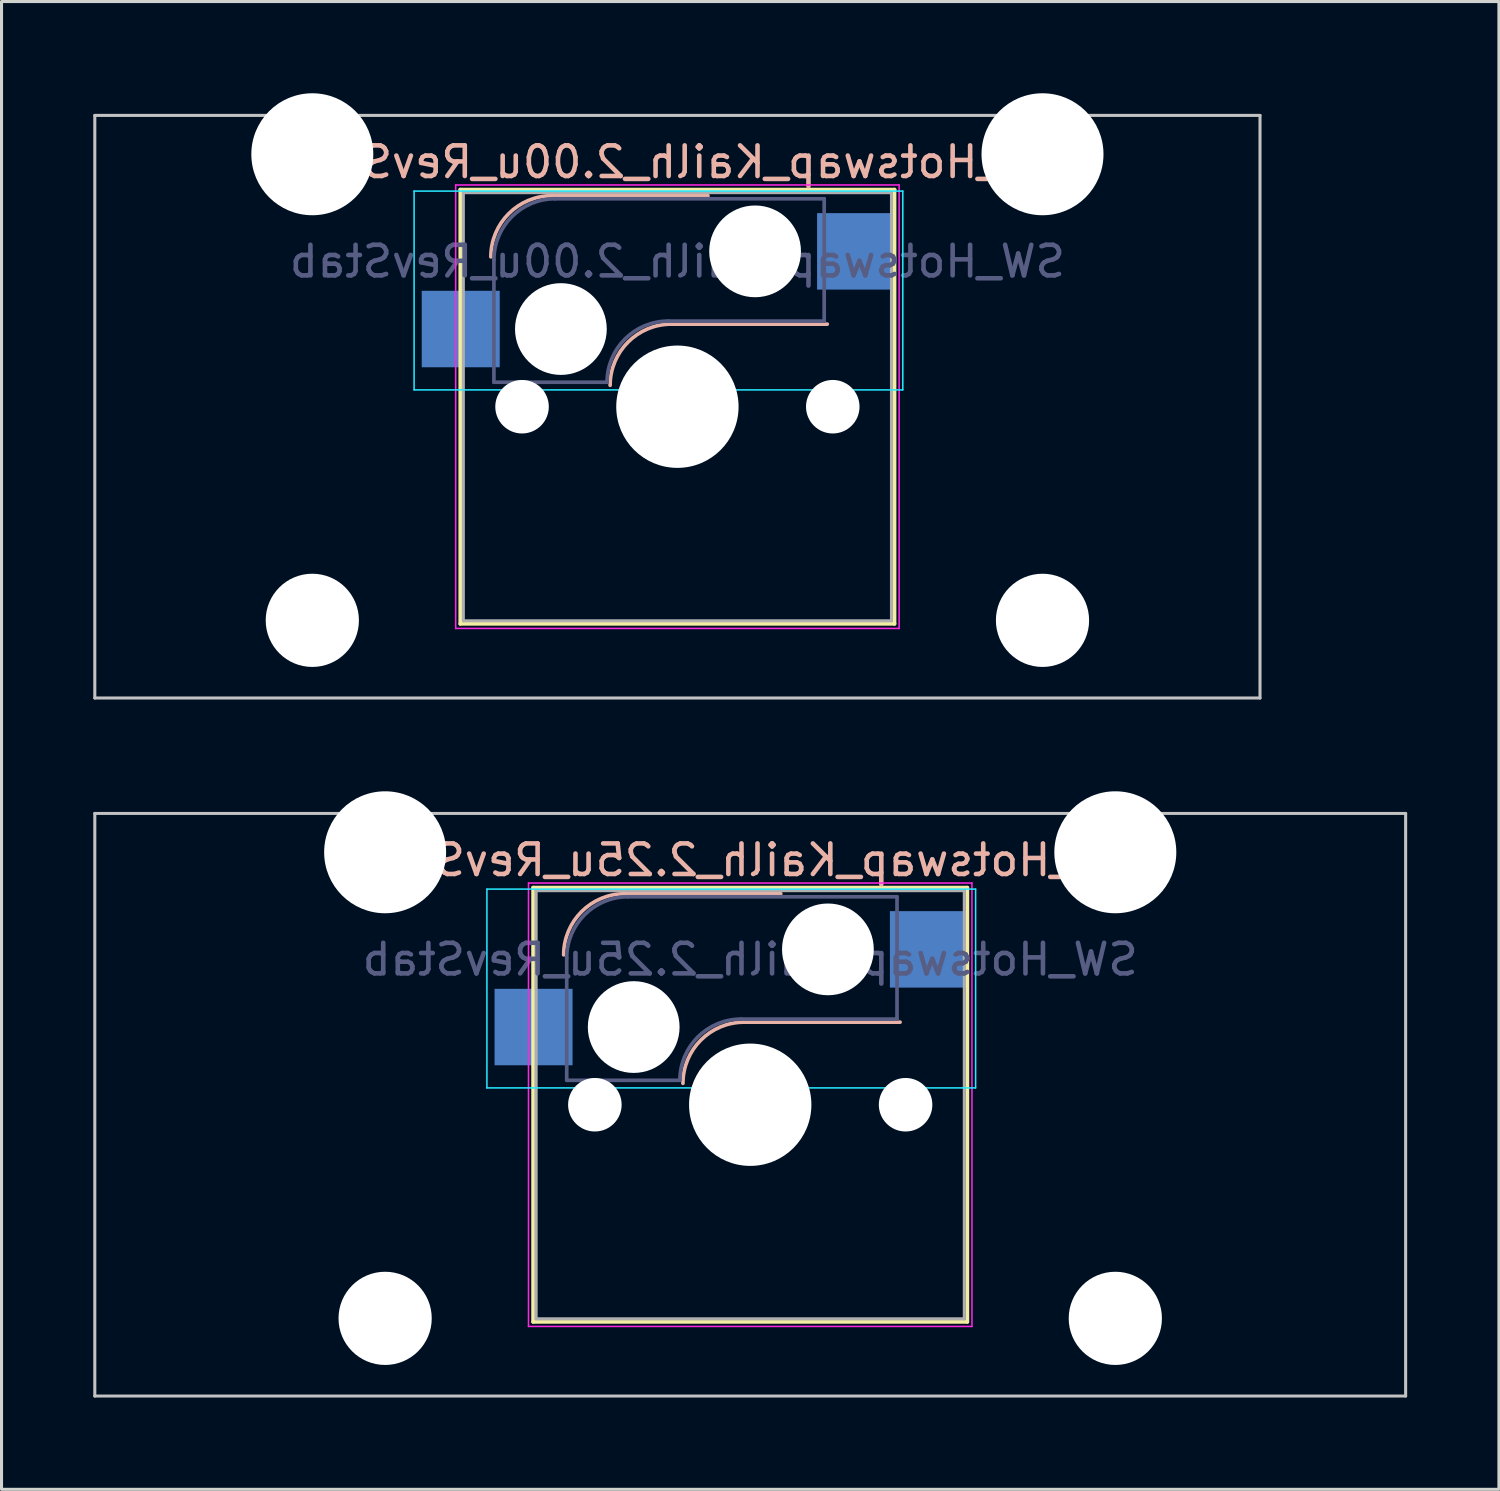
<source format=kicad_pcb>
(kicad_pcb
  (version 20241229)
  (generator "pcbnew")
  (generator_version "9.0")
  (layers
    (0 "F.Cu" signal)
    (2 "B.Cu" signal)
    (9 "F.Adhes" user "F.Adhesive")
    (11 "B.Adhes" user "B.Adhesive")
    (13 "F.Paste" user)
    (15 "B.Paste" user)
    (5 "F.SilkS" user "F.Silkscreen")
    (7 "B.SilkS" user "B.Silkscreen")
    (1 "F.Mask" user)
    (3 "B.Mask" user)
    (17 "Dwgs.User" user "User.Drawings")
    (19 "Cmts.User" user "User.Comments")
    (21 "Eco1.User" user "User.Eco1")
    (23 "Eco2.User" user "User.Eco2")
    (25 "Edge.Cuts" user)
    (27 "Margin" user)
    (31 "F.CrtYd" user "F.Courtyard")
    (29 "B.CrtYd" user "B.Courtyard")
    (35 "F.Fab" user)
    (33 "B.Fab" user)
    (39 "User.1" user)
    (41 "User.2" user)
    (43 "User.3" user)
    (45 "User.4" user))
  (footprint "SW_Hotswap_Kailh_2.25u_RevStab"
    (layer "F.Cu")
    (at 21.481 33.073)
    (property "Reference" "SW_Hotswap_Kailh_2.25u_RevStab" (at 0 -8 0) (layer "B.SilkS") (effects (font (size 1 1) (thickness 0.15)) (justify mirror)))
    (attr smd)
    (fp_line (start -7.1 -7.1) (end -7.1 7.1) (stroke (width 0.12) (type solid)) (layer "F.SilkS"))
    (fp_line (start -7.1 7.1) (end 7.1 7.1) (stroke (width 0.12) (type solid)) (layer "F.SilkS"))
    (fp_line (start 7.1 -7.1) (end -7.1 -7.1) (stroke (width 0.12) (type solid)) (layer "F.SilkS"))
    (fp_line (start 7.1 7.1) (end 7.1 -7.1) (stroke (width 0.12) (type solid)) (layer "F.SilkS"))
    (fp_line (start -4.1 -6.9) (end 1 -6.9) (stroke (width 0.12) (type solid)) (layer "B.SilkS"))
    (fp_line (start -0.2 -2.7) (end 4.9 -2.7) (stroke (width 0.12) (type solid)) (layer "B.SilkS"))
    (fp_arc (start -6.1 -4.9) (mid -5.514214 -6.314214) (end -4.1 -6.9) (stroke (width 0.12) (type solid)) (layer "B.SilkS"))
    (fp_arc (start -2.2 -0.7) (mid -1.614214 -2.114214) (end -0.2 -2.7) (stroke (width 0.12) (type solid)) (layer "B.SilkS"))
    (fp_line (start -21.431 -9.525) (end -21.431 9.525) (stroke (width 0.1) (type solid)) (layer "Dwgs.User"))
    (fp_line (start -21.431 9.525) (end 21.431 9.525) (stroke (width 0.1) (type solid)) (layer "Dwgs.User"))
    (fp_line (start 21.431 -9.525) (end -21.431 -9.525) (stroke (width 0.1) (type solid)) (layer "Dwgs.User"))
    (fp_line (start 21.431 9.525) (end 21.431 -9.525) (stroke (width 0.1) (type solid)) (layer "Dwgs.User"))
    (fp_line (start -8.61 -7.05) (end -8.61 -0.55) (stroke (width 0.05) (type solid)) (layer "B.CrtYd"))
    (fp_line (start -8.61 -0.55) (end 7.37 -0.55) (stroke (width 0.05) (type solid)) (layer "B.CrtYd"))
    (fp_line (start 7.37 -7.05) (end -8.61 -7.05) (stroke (width 0.05) (type solid)) (layer "B.CrtYd"))
    (fp_line (start 7.37 -0.55) (end 7.37 -7.05) (stroke (width 0.05) (type solid)) (layer "B.CrtYd"))
    (fp_line (start -7.25 -7.25) (end -7.25 7.25) (stroke (width 0.05) (type solid)) (layer "F.CrtYd"))
    (fp_line (start -7.25 7.25) (end 7.25 7.25) (stroke (width 0.05) (type solid)) (layer "F.CrtYd"))
    (fp_line (start 7.25 -7.25) (end -7.25 -7.25) (stroke (width 0.05) (type solid)) (layer "F.CrtYd"))
    (fp_line (start 7.25 7.25) (end 7.25 -7.25) (stroke (width 0.05) (type solid)) (layer "F.CrtYd"))
    (fp_line (start -6 -0.8) (end -6 -4.8) (stroke (width 0.12) (type solid)) (layer "B.Fab"))
    (fp_line (start -6 -0.8) (end -2.3 -0.8) (stroke (width 0.12) (type solid)) (layer "B.Fab"))
    (fp_line (start -4 -6.8) (end 4.8 -6.8) (stroke (width 0.12) (type solid)) (layer "B.Fab"))
    (fp_line (start -0.3 -2.8) (end 4.8 -2.8) (stroke (width 0.12) (type solid)) (layer "B.Fab"))
    (fp_line (start 4.8 -6.8) (end 4.8 -2.8) (stroke (width 0.12) (type solid)) (layer "B.Fab"))
    (fp_arc (start -6 -4.8) (mid -5.414214 -6.214214) (end -4 -6.8) (stroke (width 0.12) (type solid)) (layer "B.Fab"))
    (fp_arc (start -2.3 -0.8) (mid -1.714214 -2.214214) (end -0.3 -2.8) (stroke (width 0.12) (type solid)) (layer "B.Fab"))
    (fp_line (start -7 -7) (end -7 7) (stroke (width 0.1) (type solid)) (layer "F.Fab"))
    (fp_line (start -7 7) (end 7 7) (stroke (width 0.1) (type solid)) (layer "F.Fab"))
    (fp_line (start 7 -7) (end -7 -7) (stroke (width 0.1) (type solid)) (layer "F.Fab"))
    (fp_line (start 7 7) (end 7 -7) (stroke (width 0.1) (type solid)) (layer "F.Fab"))
    (fp_text user "${REFERENCE}" (at 0 -4.75 0) (layer "B.Fab") (effects (font (size 1 1) (thickness 0.15)) (justify mirror)))
    (pad "" np_thru_hole circle (at -11.938 -8.255) (size 3.988 3.988) (drill 3.988) (layers "*.Cu" "*.Mask"))
    (pad "" np_thru_hole circle (at -11.938 6.985) (size 3.048 3.048) (drill 3.048) (layers "*.Cu" "*.Mask"))
    (pad "" np_thru_hole circle (at -5.08 0) (size 1.75 1.75) (drill 1.75) (layers "*.Cu" "*.Mask"))
    (pad "" np_thru_hole circle (at -3.81 -2.54) (size 3 3) (drill 3) (layers "*.Cu" "*.Mask"))
    (pad "" np_thru_hole circle (at 0 0) (size 4 4) (drill 4) (layers "*.Cu" "*.Mask"))
    (pad "" np_thru_hole circle (at 2.54 -5.08) (size 3 3) (drill 3) (layers "*.Cu" "*.Mask"))
    (pad "" np_thru_hole circle (at 5.08 0) (size 1.75 1.75) (drill 1.75) (layers "*.Cu" "*.Mask"))
    (pad "" np_thru_hole circle (at 11.938 -8.255) (size 3.988 3.988) (drill 3.988) (layers "*.Cu" "*.Mask"))
    (pad "" np_thru_hole circle (at 11.938 6.985) (size 3.048 3.048) (drill 3.048) (layers "*.Cu" "*.Mask"))
    (pad "1" smd rect (at 5.842 -5.08) (size 2.55 2.5) (layers "B.Cu" "B.Mask" "B.Paste"))
    (pad "2" smd rect (at -7.085 -2.54) (size 2.55 2.5) (layers "B.Cu" "B.Mask" "B.Paste")))
  (footprint "SW_Hotswap_Kailh_2.00u_RevStab"
    (layer "F.Cu")
    (at 19.1 10.249)
    (property "Reference" "SW_Hotswap_Kailh_2.00u_RevStab" (at 0 -8 0) (layer "B.SilkS") (effects (font (size 1 1) (thickness 0.15)) (justify mirror)))
    (attr smd)
    (fp_line (start -7.1 -7.1) (end -7.1 7.1) (stroke (width 0.12) (type solid)) (layer "F.SilkS"))
    (fp_line (start -7.1 7.1) (end 7.1 7.1) (stroke (width 0.12) (type solid)) (layer "F.SilkS"))
    (fp_line (start 7.1 -7.1) (end -7.1 -7.1) (stroke (width 0.12) (type solid)) (layer "F.SilkS"))
    (fp_line (start 7.1 7.1) (end 7.1 -7.1) (stroke (width 0.12) (type solid)) (layer "F.SilkS"))
    (fp_line (start -4.1 -6.9) (end 1 -6.9) (stroke (width 0.12) (type solid)) (layer "B.SilkS"))
    (fp_line (start -0.2 -2.7) (end 4.9 -2.7) (stroke (width 0.12) (type solid)) (layer "B.SilkS"))
    (fp_arc (start -6.1 -4.9) (mid -5.514214 -6.314214) (end -4.1 -6.9) (stroke (width 0.12) (type solid)) (layer "B.SilkS"))
    (fp_arc (start -2.2 -0.7) (mid -1.614214 -2.114214) (end -0.2 -2.7) (stroke (width 0.12) (type solid)) (layer "B.SilkS"))
    (fp_line (start -19.05 -9.525) (end -19.05 9.525) (stroke (width 0.1) (type solid)) (layer "Dwgs.User"))
    (fp_line (start -19.05 9.525) (end 19.05 9.525) (stroke (width 0.1) (type solid)) (layer "Dwgs.User"))
    (fp_line (start 19.05 -9.525) (end -19.05 -9.525) (stroke (width 0.1) (type solid)) (layer "Dwgs.User"))
    (fp_line (start 19.05 9.525) (end 19.05 -9.525) (stroke (width 0.1) (type solid)) (layer "Dwgs.User"))
    (fp_line (start -8.61 -7.05) (end -8.61 -0.55) (stroke (width 0.05) (type solid)) (layer "B.CrtYd"))
    (fp_line (start -8.61 -0.55) (end 7.37 -0.55) (stroke (width 0.05) (type solid)) (layer "B.CrtYd"))
    (fp_line (start 7.37 -7.05) (end -8.61 -7.05) (stroke (width 0.05) (type solid)) (layer "B.CrtYd"))
    (fp_line (start 7.37 -0.55) (end 7.37 -7.05) (stroke (width 0.05) (type solid)) (layer "B.CrtYd"))
    (fp_line (start -7.25 -7.25) (end -7.25 7.25) (stroke (width 0.05) (type solid)) (layer "F.CrtYd"))
    (fp_line (start -7.25 7.25) (end 7.25 7.25) (stroke (width 0.05) (type solid)) (layer "F.CrtYd"))
    (fp_line (start 7.25 -7.25) (end -7.25 -7.25) (stroke (width 0.05) (type solid)) (layer "F.CrtYd"))
    (fp_line (start 7.25 7.25) (end 7.25 -7.25) (stroke (width 0.05) (type solid)) (layer "F.CrtYd"))
    (fp_line (start -6 -0.8) (end -6 -4.8) (stroke (width 0.12) (type solid)) (layer "B.Fab"))
    (fp_line (start -6 -0.8) (end -2.3 -0.8) (stroke (width 0.12) (type solid)) (layer "B.Fab"))
    (fp_line (start -4 -6.8) (end 4.8 -6.8) (stroke (width 0.12) (type solid)) (layer "B.Fab"))
    (fp_line (start -0.3 -2.8) (end 4.8 -2.8) (stroke (width 0.12) (type solid)) (layer "B.Fab"))
    (fp_line (start 4.8 -6.8) (end 4.8 -2.8) (stroke (width 0.12) (type solid)) (layer "B.Fab"))
    (fp_arc (start -6 -4.8) (mid -5.414214 -6.214214) (end -4 -6.8) (stroke (width 0.12) (type solid)) (layer "B.Fab"))
    (fp_arc (start -2.3 -0.8) (mid -1.714214 -2.214214) (end -0.3 -2.8) (stroke (width 0.12) (type solid)) (layer "B.Fab"))
    (fp_line (start -7 -7) (end -7 7) (stroke (width 0.1) (type solid)) (layer "F.Fab"))
    (fp_line (start -7 7) (end 7 7) (stroke (width 0.1) (type solid)) (layer "F.Fab"))
    (fp_line (start 7 -7) (end -7 -7) (stroke (width 0.1) (type solid)) (layer "F.Fab"))
    (fp_line (start 7 7) (end 7 -7) (stroke (width 0.1) (type solid)) (layer "F.Fab"))
    (fp_text user "${REFERENCE}" (at 0 -4.75 0) (layer "B.Fab") (effects (font (size 1 1) (thickness 0.15)) (justify mirror)))
    (pad "" np_thru_hole circle (at -11.938 -8.255) (size 3.988 3.988) (drill 3.988) (layers "*.Cu" "*.Mask"))
    (pad "" np_thru_hole circle (at -11.938 6.985) (size 3.048 3.048) (drill 3.048) (layers "*.Cu" "*.Mask"))
    (pad "" np_thru_hole circle (at -5.08 0) (size 1.75 1.75) (drill 1.75) (layers "*.Cu" "*.Mask"))
    (pad "" np_thru_hole circle (at -3.81 -2.54) (size 3 3) (drill 3) (layers "*.Cu" "*.Mask"))
    (pad "" np_thru_hole circle (at 0 0) (size 4 4) (drill 4) (layers "*.Cu" "*.Mask"))
    (pad "" np_thru_hole circle (at 2.54 -5.08) (size 3 3) (drill 3) (layers "*.Cu" "*.Mask"))
    (pad "" np_thru_hole circle (at 5.08 0) (size 1.75 1.75) (drill 1.75) (layers "*.Cu" "*.Mask"))
    (pad "" np_thru_hole circle (at 11.938 -8.255) (size 3.988 3.988) (drill 3.988) (layers "*.Cu" "*.Mask"))
    (pad "" np_thru_hole circle (at 11.938 6.985) (size 3.048 3.048) (drill 3.048) (layers "*.Cu" "*.Mask"))
    (pad "1" smd rect (at 5.842 -5.08) (size 2.55 2.5) (layers "B.Cu" "B.Mask" "B.Paste"))
    (pad "2" smd rect (at -7.085 -2.54) (size 2.55 2.5) (layers "B.Cu" "B.Mask" "B.Paste")))
  (gr_rect
    (start -3 -3)
    (end 45.962 45.648)
    (stroke (width 0.1) (type default))
    (fill no)
    (layer "Edge.Cuts")))
</source>
